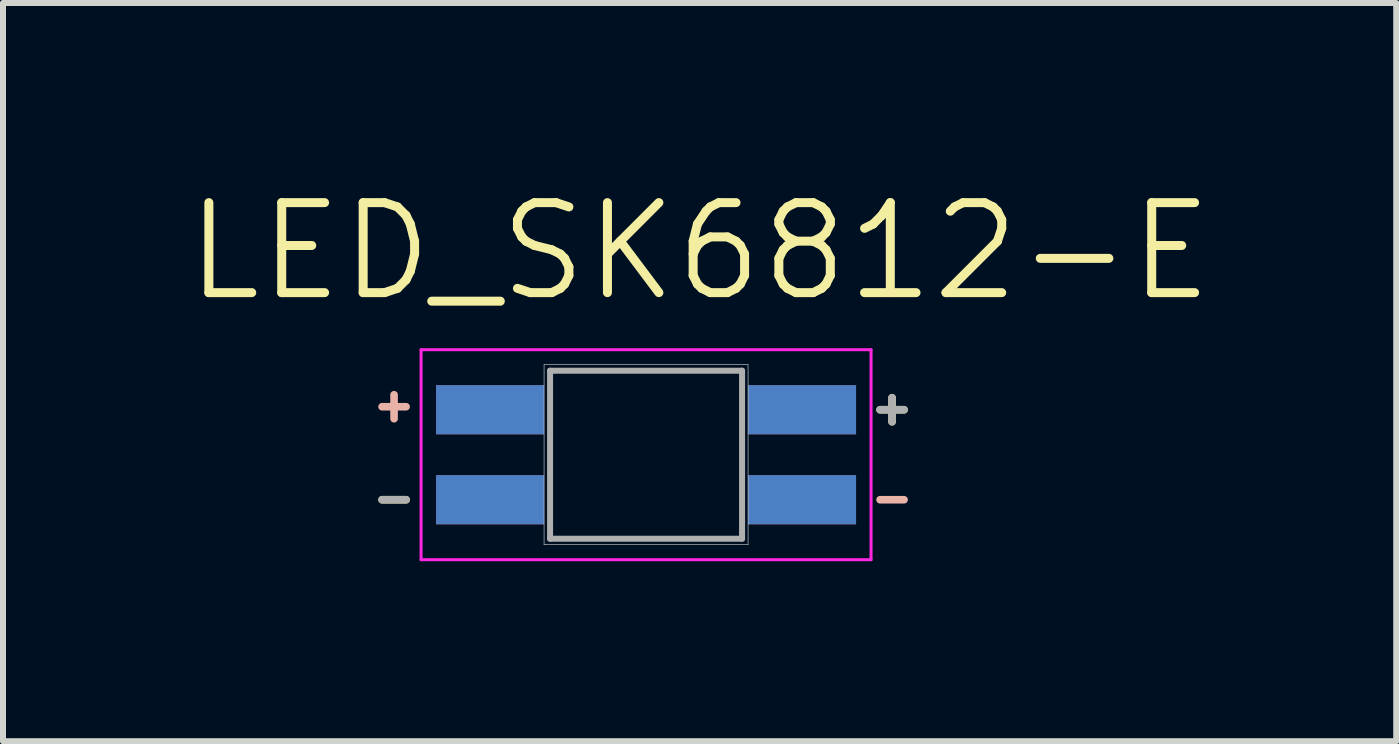
<source format=kicad_pcb>
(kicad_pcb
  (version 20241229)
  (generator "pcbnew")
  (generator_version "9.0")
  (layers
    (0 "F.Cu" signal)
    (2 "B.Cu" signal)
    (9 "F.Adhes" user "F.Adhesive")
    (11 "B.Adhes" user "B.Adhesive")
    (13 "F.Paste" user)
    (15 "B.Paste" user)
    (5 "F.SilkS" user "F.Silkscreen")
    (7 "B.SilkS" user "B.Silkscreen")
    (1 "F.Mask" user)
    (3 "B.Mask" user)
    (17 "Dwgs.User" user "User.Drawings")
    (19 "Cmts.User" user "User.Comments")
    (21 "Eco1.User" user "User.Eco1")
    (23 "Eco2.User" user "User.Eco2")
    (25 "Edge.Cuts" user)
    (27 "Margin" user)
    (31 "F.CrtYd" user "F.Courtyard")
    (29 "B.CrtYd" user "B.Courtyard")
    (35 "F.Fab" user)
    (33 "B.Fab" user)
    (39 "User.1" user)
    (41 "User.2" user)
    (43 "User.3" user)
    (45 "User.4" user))
  (footprint "LED_SK6812-E"
    (layer "F.Cu")
    (at 7.718 4.529)
    (property "Reference" "LED_SK6812-E" (at 0.892 -3.388 0) (layer "F.SilkS") (effects (font (size 1.5 1.5) (thickness 0.15))))
    (attr smd)
    (fp_line (start -4 0.75) (end -4.4 0.75) (stroke (width 0.127) (type solid)) (layer "F.SilkS"))
    (fp_line (start 3.9 -0.75) (end 4.3 -0.75) (stroke (width 0.127) (type solid)) (layer "F.SilkS"))
    (fp_line (start 4.1 -0.95) (end 4.1 -0.55) (stroke (width 0.127) (type solid)) (layer "F.SilkS"))
    (fp_line (start -4.4 -0.8) (end -4 -0.8) (stroke (width 0.127) (type solid)) (layer "B.SilkS"))
    (fp_line (start -4.2 -1) (end -4.2 -0.6) (stroke (width 0.127) (type solid)) (layer "B.SilkS"))
    (fp_line (start 4.3 0.75) (end 3.9 0.75) (stroke (width 0.127) (type solid)) (layer "B.SilkS"))
    (fp_line (start -1.7 -1.5) (end 1.7 -1.5) (stroke (width 0.01) (type solid)) (layer "Edge.Cuts"))
    (fp_line (start -1.7 1.5) (end -1.7 -1.5) (stroke (width 0.01) (type solid)) (layer "Edge.Cuts"))
    (fp_line (start 1.7 -1.5) (end 1.7 1.5) (stroke (width 0.01) (type solid)) (layer "Edge.Cuts"))
    (fp_line (start 1.7 1.5) (end -1.7 1.5) (stroke (width 0.01) (type solid)) (layer "Edge.Cuts"))
    (fp_line (start -3.75 -1.75) (end -3.75 1.75) (stroke (width 0.05) (type solid)) (layer "F.CrtYd"))
    (fp_line (start -3.75 1.75) (end 3.75 1.75) (stroke (width 0.05) (type solid)) (layer "F.CrtYd"))
    (fp_line (start 3.75 -1.75) (end -3.75 -1.75) (stroke (width 0.05) (type solid)) (layer "F.CrtYd"))
    (fp_line (start 3.75 1.75) (end 3.75 -1.75) (stroke (width 0.05) (type solid)) (layer "F.CrtYd"))
    (fp_line (start -4 0.75) (end -4.4 0.75) (stroke (width 0.127) (type solid)) (layer "F.Fab"))
    (fp_line (start -1.6 -1.4) (end -1.6 1.4) (stroke (width 0.1) (type solid)) (layer "F.Fab"))
    (fp_line (start -1.6 1.4) (end 1.6 1.4) (stroke (width 0.1) (type solid)) (layer "F.Fab"))
    (fp_line (start 1.6 -1.4) (end -1.6 -1.4) (stroke (width 0.1) (type solid)) (layer "F.Fab"))
    (fp_line (start 1.6 1.4) (end 1.6 -1.4) (stroke (width 0.1) (type solid)) (layer "F.Fab"))
    (fp_line (start 3.9 -0.75) (end 4.3 -0.75) (stroke (width 0.127) (type solid)) (layer "F.Fab"))
    (fp_line (start 4.1 -0.95) (end 4.1 -0.55) (stroke (width 0.127) (type solid)) (layer "F.Fab"))
    (pad "1" smd rect (at -2.6 -0.75) (size 1.8 0.82) (layers "B.Cu" "B.Mask" "B.Paste"))
    (pad "1" smd rect (at 2.6 -0.75) (size 1.8 0.82) (layers "F.Cu" "F.Mask" "F.Paste"))
    (pad "2" smd rect (at -2.6 0.75) (size 1.8 0.82) (layers "B.Cu" "B.Mask" "B.Paste"))
    (pad "2" smd rect (at 2.6 0.75) (size 1.8 0.82) (layers "F.Cu" "F.Mask" "F.Paste"))
    (pad "3" smd rect (at -2.6 0.75) (size 1.8 0.82) (layers "F.Cu" "F.Mask" "F.Paste"))
    (pad "3" smd rect (at 2.6 0.75) (size 1.8 0.82) (layers "B.Cu" "B.Mask" "B.Paste"))
    (pad "4" smd rect (at -2.6 -0.75) (size 1.8 0.82) (layers "F.Cu" "F.Mask" "F.Paste"))
    (pad "4" smd rect (at 2.6 -0.75) (size 1.8 0.82) (layers "B.Cu" "B.Mask" "B.Paste")))
  (gr_rect
    (start -3 -3)
    (end 20.221 9.304)
    (stroke (width 0.1) (type default))
    (fill no)
    (layer "Edge.Cuts")))
</source>
